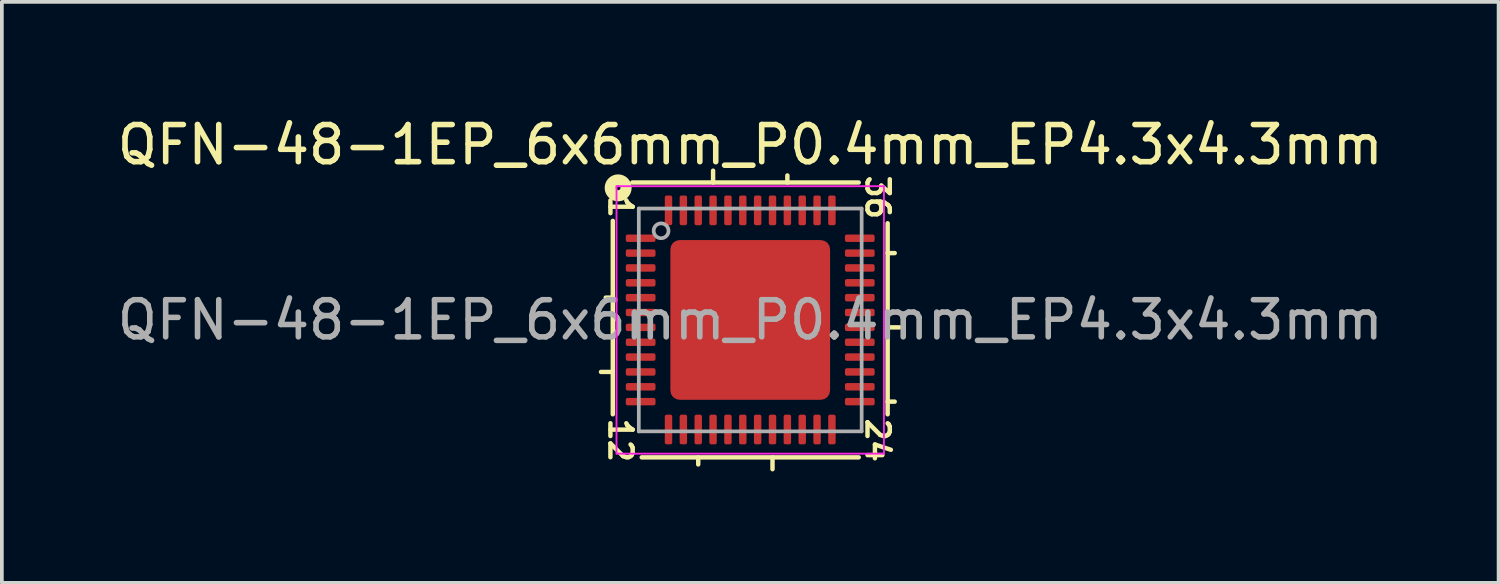
<source format=kicad_pcb>
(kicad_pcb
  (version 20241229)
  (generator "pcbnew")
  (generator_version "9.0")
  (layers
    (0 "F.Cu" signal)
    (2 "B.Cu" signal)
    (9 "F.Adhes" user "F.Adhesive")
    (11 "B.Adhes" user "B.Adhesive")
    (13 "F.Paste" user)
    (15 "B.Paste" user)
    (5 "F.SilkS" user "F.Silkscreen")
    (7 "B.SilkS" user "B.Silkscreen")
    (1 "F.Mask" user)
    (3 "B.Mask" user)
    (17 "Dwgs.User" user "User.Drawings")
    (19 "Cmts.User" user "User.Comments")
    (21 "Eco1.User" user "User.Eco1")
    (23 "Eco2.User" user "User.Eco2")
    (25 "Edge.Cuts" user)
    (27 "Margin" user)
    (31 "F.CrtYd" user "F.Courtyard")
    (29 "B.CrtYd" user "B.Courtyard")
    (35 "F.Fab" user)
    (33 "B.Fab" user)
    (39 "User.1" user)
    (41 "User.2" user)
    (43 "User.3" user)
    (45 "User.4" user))
  (footprint "QFN-48-1EP_6x6mm_P0.4mm_EP4.3x4.3mm"
    (layer "F.Cu")
    (at 17.149 5.564)
    (property "Reference" "QFN-48-1EP_6x6mm_P0.4mm_EP4.3x4.3mm" (at 0 -4.716 0) (layer "F.SilkS") (effects (font (size 1 1) (thickness 0.15))))
    (attr smd)
    (fp_line (start -3.7 -2.667) (end -3.7 2.54) (stroke (width 0.12) (type solid)) (layer "F.SilkS"))
    (fp_line (start -3.7 -0.6) (end -3.89 -0.6) (stroke (width 0.12) (type solid)) (layer "F.SilkS"))
    (fp_line (start -3.7 1.4) (end -4.018 1.4) (stroke (width 0.12) (type solid)) (layer "F.SilkS"))
    (fp_line (start -2.921 3.7) (end 2.921 3.7) (stroke (width 0.12) (type solid)) (layer "F.SilkS"))
    (fp_line (start -1.4 3.89) (end -1.4 3.7) (stroke (width 0.12) (type solid)) (layer "F.SilkS"))
    (fp_line (start -1 -3.7) (end -1 -4.018) (stroke (width 0.12) (type solid)) (layer "F.SilkS"))
    (fp_line (start 0.6 3.7) (end 0.6 4.018) (stroke (width 0.12) (type solid)) (layer "F.SilkS"))
    (fp_line (start 1 -3.7) (end 1 -3.89) (stroke (width 0.12) (type solid)) (layer "F.SilkS"))
    (fp_line (start 2.921 -3.7) (end -3.175 -3.7) (stroke (width 0.12) (type solid)) (layer "F.SilkS"))
    (fp_line (start 3.7 -1.8) (end 3.89 -1.8) (stroke (width 0.12) (type solid)) (layer "F.SilkS"))
    (fp_line (start 3.7 0.2) (end 4.018 0.2) (stroke (width 0.12) (type solid)) (layer "F.SilkS"))
    (fp_line (start 3.7 2.2) (end 3.89 2.2) (stroke (width 0.12) (type solid)) (layer "F.SilkS"))
    (fp_line (start 3.7 2.54) (end 3.7 -2.603) (stroke (width 0.12) (type solid)) (layer "F.SilkS"))
    (fp_circle (center -3.556 -3.556) (end -3.493 -3.556) (stroke (width 0.3) (type solid)) (fill no) (layer "F.SilkS"))
    (fp_line (start -3.6 -3.6) (end -3.6 3.6) (stroke (width 0.05) (type solid)) (layer "F.CrtYd"))
    (fp_line (start -3.6 3.6) (end 3.6 3.6) (stroke (width 0.05) (type solid)) (layer "F.CrtYd"))
    (fp_line (start 3.6 -3.6) (end -3.6 -3.6) (stroke (width 0.05) (type solid)) (layer "F.CrtYd"))
    (fp_line (start 3.6 3.6) (end 3.6 -3.6) (stroke (width 0.05) (type solid)) (layer "F.CrtYd"))
    (fp_line (start -3 -3) (end 3 -3) (stroke (width 0.1) (type solid)) (layer "F.Fab"))
    (fp_line (start -3 3) (end -3 -3) (stroke (width 0.1) (type solid)) (layer "F.Fab"))
    (fp_line (start 3 -3) (end 3 3) (stroke (width 0.1) (type solid)) (layer "F.Fab"))
    (fp_line (start 3 3) (end -3 3) (stroke (width 0.1) (type solid)) (layer "F.Fab"))
    (fp_circle (center -2.4 -2.4) (end -2.2 -2.4) (stroke (width 0.1) (type solid)) (fill no) (layer "F.Fab"))
    (fp_text user "1" (at -3.493 -3.048 270) (unlocked yes) (layer "F.SilkS") (effects (font (size 0.6 0.6) (thickness 0.12))))
    (fp_text user "24" (at 3.429 3.239 270) (unlocked yes) (layer "F.SilkS") (effects (font (size 0.6 0.6) (thickness 0.12))))
    (fp_text user "36" (at 3.429 -3.302 270) (unlocked yes) (layer "F.SilkS") (effects (font (size 0.6 0.6) (thickness 0.12))))
    (fp_text user "12" (at -3.493 3.239 270) (unlocked yes) (layer "F.SilkS") (effects (font (size 0.6 0.6) (thickness 0.12))))
    (fp_text user "${REFERENCE}" (at 0 0 0) (layer "F.Fab") (effects (font (size 1 1) (thickness 0.15))))
    (pad "" smd roundrect (at -1.43 -1.43) (size 1.16 1.16) (layers "F.Paste") (roundrect_rratio 0.216))
    (pad "" smd roundrect (at -1.43 0) (size 1.16 1.16) (layers "F.Paste") (roundrect_rratio 0.216))
    (pad "" smd roundrect (at -1.43 1.43) (size 1.16 1.16) (layers "F.Paste") (roundrect_rratio 0.216))
    (pad "" smd roundrect (at 0 -1.43) (size 1.16 1.16) (layers "F.Paste") (roundrect_rratio 0.216))
    (pad "" smd roundrect (at 0 0) (size 1.16 1.16) (layers "F.Paste") (roundrect_rratio 0.216))
    (pad "" smd roundrect (at 0 1.43) (size 1.16 1.16) (layers "F.Paste") (roundrect_rratio 0.216))
    (pad "" smd roundrect (at 1.43 -1.43) (size 1.16 1.16) (layers "F.Paste") (roundrect_rratio 0.216))
    (pad "" smd roundrect (at 1.43 0) (size 1.16 1.16) (layers "F.Paste") (roundrect_rratio 0.216))
    (pad "" smd roundrect (at 1.43 1.43) (size 1.16 1.16) (layers "F.Paste") (roundrect_rratio 0.216))
    (pad "1" smd roundrect (at -2.95 -2.2) (size 0.8 0.2) (layers "F.Cu" "F.Mask" "F.Paste") (roundrect_rratio 0.25))
    (pad "2" smd roundrect (at -2.95 -1.8) (size 0.8 0.2) (layers "F.Cu" "F.Mask" "F.Paste") (roundrect_rratio 0.25))
    (pad "3" smd roundrect (at -2.95 -1.4) (size 0.8 0.2) (layers "F.Cu" "F.Mask" "F.Paste") (roundrect_rratio 0.25))
    (pad "4" smd roundrect (at -2.95 -1) (size 0.8 0.2) (layers "F.Cu" "F.Mask" "F.Paste") (roundrect_rratio 0.25))
    (pad "5" smd roundrect (at -2.95 -0.6) (size 0.8 0.2) (layers "F.Cu" "F.Mask" "F.Paste") (roundrect_rratio 0.25))
    (pad "6" smd roundrect (at -2.95 -0.2) (size 0.8 0.2) (layers "F.Cu" "F.Mask" "F.Paste") (roundrect_rratio 0.25))
    (pad "7" smd roundrect (at -2.95 0.2) (size 0.8 0.2) (layers "F.Cu" "F.Mask" "F.Paste") (roundrect_rratio 0.25))
    (pad "8" smd roundrect (at -2.95 0.6) (size 0.8 0.2) (layers "F.Cu" "F.Mask" "F.Paste") (roundrect_rratio 0.25))
    (pad "9" smd roundrect (at -2.95 1) (size 0.8 0.2) (layers "F.Cu" "F.Mask" "F.Paste") (roundrect_rratio 0.25))
    (pad "10" smd roundrect (at -2.95 1.4) (size 0.8 0.2) (layers "F.Cu" "F.Mask" "F.Paste") (roundrect_rratio 0.25))
    (pad "11" smd roundrect (at -2.95 1.8) (size 0.8 0.2) (layers "F.Cu" "F.Mask" "F.Paste") (roundrect_rratio 0.25))
    (pad "12" smd roundrect (at -2.95 2.2) (size 0.8 0.2) (layers "F.Cu" "F.Mask" "F.Paste") (roundrect_rratio 0.25))
    (pad "13" smd roundrect (at -2.2 2.95) (size 0.2 0.8) (layers "F.Cu" "F.Mask" "F.Paste") (roundrect_rratio 0.25))
    (pad "14" smd roundrect (at -1.8 2.95) (size 0.2 0.8) (layers "F.Cu" "F.Mask" "F.Paste") (roundrect_rratio 0.25))
    (pad "15" smd roundrect (at -1.4 2.95) (size 0.2 0.8) (layers "F.Cu" "F.Mask" "F.Paste") (roundrect_rratio 0.25))
    (pad "16" smd roundrect (at -1 2.95) (size 0.2 0.8) (layers "F.Cu" "F.Mask" "F.Paste") (roundrect_rratio 0.25))
    (pad "17" smd roundrect (at -0.6 2.95) (size 0.2 0.8) (layers "F.Cu" "F.Mask" "F.Paste") (roundrect_rratio 0.25))
    (pad "18" smd roundrect (at -0.2 2.95) (size 0.2 0.8) (layers "F.Cu" "F.Mask" "F.Paste") (roundrect_rratio 0.25))
    (pad "19" smd roundrect (at 0.2 2.95) (size 0.2 0.8) (layers "F.Cu" "F.Mask" "F.Paste") (roundrect_rratio 0.25))
    (pad "20" smd roundrect (at 0.6 2.95) (size 0.2 0.8) (layers "F.Cu" "F.Mask" "F.Paste") (roundrect_rratio 0.25))
    (pad "21" smd roundrect (at 1 2.95) (size 0.2 0.8) (layers "F.Cu" "F.Mask" "F.Paste") (roundrect_rratio 0.25))
    (pad "22" smd roundrect (at 1.4 2.95) (size 0.2 0.8) (layers "F.Cu" "F.Mask" "F.Paste") (roundrect_rratio 0.25))
    (pad "23" smd roundrect (at 1.8 2.95) (size 0.2 0.8) (layers "F.Cu" "F.Mask" "F.Paste") (roundrect_rratio 0.25))
    (pad "24" smd roundrect (at 2.2 2.95) (size 0.2 0.8) (layers "F.Cu" "F.Mask" "F.Paste") (roundrect_rratio 0.25))
    (pad "25" smd roundrect (at 2.95 2.2) (size 0.8 0.2) (layers "F.Cu" "F.Mask" "F.Paste") (roundrect_rratio 0.25))
    (pad "26" smd roundrect (at 2.95 1.8) (size 0.8 0.2) (layers "F.Cu" "F.Mask" "F.Paste") (roundrect_rratio 0.25))
    (pad "27" smd roundrect (at 2.95 1.4) (size 0.8 0.2) (layers "F.Cu" "F.Mask" "F.Paste") (roundrect_rratio 0.25))
    (pad "28" smd roundrect (at 2.95 1) (size 0.8 0.2) (layers "F.Cu" "F.Mask" "F.Paste") (roundrect_rratio 0.25))
    (pad "29" smd roundrect (at 2.95 0.6) (size 0.8 0.2) (layers "F.Cu" "F.Mask" "F.Paste") (roundrect_rratio 0.25))
    (pad "30" smd roundrect (at 2.95 0.2) (size 0.8 0.2) (layers "F.Cu" "F.Mask" "F.Paste") (roundrect_rratio 0.25))
    (pad "31" smd roundrect (at 2.95 -0.2) (size 0.8 0.2) (layers "F.Cu" "F.Mask" "F.Paste") (roundrect_rratio 0.25))
    (pad "32" smd roundrect (at 2.95 -0.6) (size 0.8 0.2) (layers "F.Cu" "F.Mask" "F.Paste") (roundrect_rratio 0.25))
    (pad "33" smd roundrect (at 2.95 -1) (size 0.8 0.2) (layers "F.Cu" "F.Mask" "F.Paste") (roundrect_rratio 0.25))
    (pad "34" smd roundrect (at 2.95 -1.4) (size 0.8 0.2) (layers "F.Cu" "F.Mask" "F.Paste") (roundrect_rratio 0.25))
    (pad "35" smd roundrect (at 2.95 -1.8) (size 0.8 0.2) (layers "F.Cu" "F.Mask" "F.Paste") (roundrect_rratio 0.25))
    (pad "36" smd roundrect (at 2.95 -2.2) (size 0.8 0.2) (layers "F.Cu" "F.Mask" "F.Paste") (roundrect_rratio 0.25))
    (pad "37" smd roundrect (at 2.2 -2.95) (size 0.2 0.8) (layers "F.Cu" "F.Mask" "F.Paste") (roundrect_rratio 0.25))
    (pad "38" smd roundrect (at 1.8 -2.95) (size 0.2 0.8) (layers "F.Cu" "F.Mask" "F.Paste") (roundrect_rratio 0.25))
    (pad "39" smd roundrect (at 1.4 -2.95) (size 0.2 0.8) (layers "F.Cu" "F.Mask" "F.Paste") (roundrect_rratio 0.25))
    (pad "40" smd roundrect (at 1 -2.95) (size 0.2 0.8) (layers "F.Cu" "F.Mask" "F.Paste") (roundrect_rratio 0.25))
    (pad "41" smd roundrect (at 0.6 -2.95) (size 0.2 0.8) (layers "F.Cu" "F.Mask" "F.Paste") (roundrect_rratio 0.25))
    (pad "42" smd roundrect (at 0.2 -2.95) (size 0.2 0.8) (layers "F.Cu" "F.Mask" "F.Paste") (roundrect_rratio 0.25))
    (pad "43" smd roundrect (at -0.2 -2.95) (size 0.2 0.8) (layers "F.Cu" "F.Mask" "F.Paste") (roundrect_rratio 0.25))
    (pad "44" smd roundrect (at -0.6 -2.95) (size 0.2 0.8) (layers "F.Cu" "F.Mask" "F.Paste") (roundrect_rratio 0.25))
    (pad "45" smd roundrect (at -1 -2.95) (size 0.2 0.8) (layers "F.Cu" "F.Mask" "F.Paste") (roundrect_rratio 0.25))
    (pad "46" smd roundrect (at -1.4 -2.95) (size 0.2 0.8) (layers "F.Cu" "F.Mask" "F.Paste") (roundrect_rratio 0.25))
    (pad "47" smd roundrect (at -1.8 -2.95) (size 0.2 0.8) (layers "F.Cu" "F.Mask" "F.Paste") (roundrect_rratio 0.25))
    (pad "48" smd roundrect (at -2.2 -2.95) (size 0.2 0.8) (layers "F.Cu" "F.Mask" "F.Paste") (roundrect_rratio 0.25))
    (pad "49" smd roundrect (at 0 0) (size 4.3 4.3) (layers "F.Cu" "F.Mask") (roundrect_rratio 0.058)))
  (gr_rect
    (start -3 -3)
    (end 37.298 12.642)
    (stroke (width 0.1) (type default))
    (fill no)
    (layer "Edge.Cuts")))
</source>
